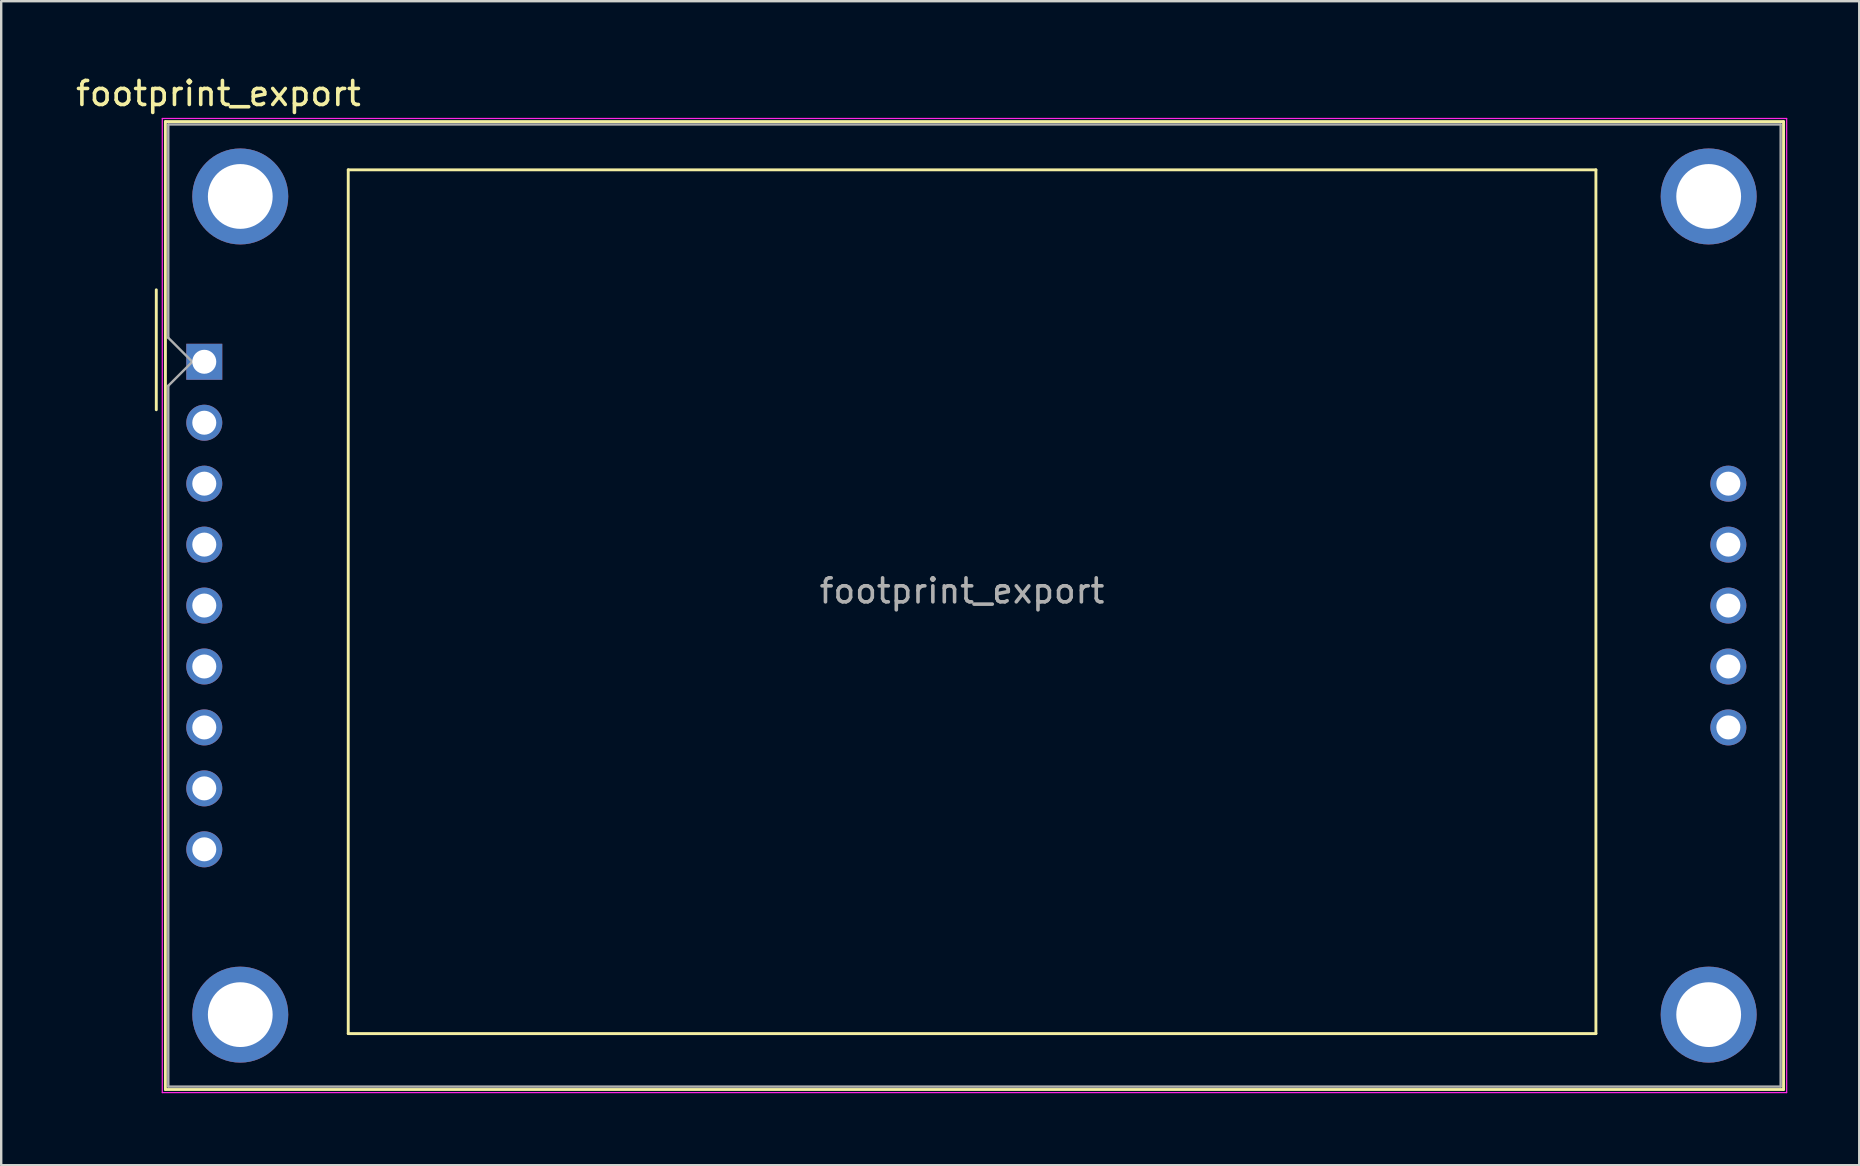
<source format=kicad_pcb>
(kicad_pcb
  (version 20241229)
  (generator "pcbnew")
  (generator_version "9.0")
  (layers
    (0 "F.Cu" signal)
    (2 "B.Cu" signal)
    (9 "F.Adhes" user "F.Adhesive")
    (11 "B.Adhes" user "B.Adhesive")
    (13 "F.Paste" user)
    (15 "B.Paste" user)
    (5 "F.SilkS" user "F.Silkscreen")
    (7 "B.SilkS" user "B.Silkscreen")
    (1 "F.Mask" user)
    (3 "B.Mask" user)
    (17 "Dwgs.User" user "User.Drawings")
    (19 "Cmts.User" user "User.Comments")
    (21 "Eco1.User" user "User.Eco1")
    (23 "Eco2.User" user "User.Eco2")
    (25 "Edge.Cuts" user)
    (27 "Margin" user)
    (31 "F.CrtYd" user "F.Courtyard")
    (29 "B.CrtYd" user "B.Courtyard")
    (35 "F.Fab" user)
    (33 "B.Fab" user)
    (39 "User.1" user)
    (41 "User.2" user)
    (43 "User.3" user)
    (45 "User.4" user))
  (footprint "footprint_export"
    (layer "F.Cu")
    (at 5.464 12.028)
    (property "Reference" "footprint_export" (at 0.59 -11.18 0) (layer "F.SilkS") (effects (font (size 1 1) (thickness 0.15))))
    (attr through_hole)
    (fp_line (start -2 -3) (end -2 2) (stroke (width 0.12) (type solid)) (layer "F.SilkS"))
    (fp_line (start -1.62 -10.01) (end 65.82 -10.01) (stroke (width 0.12) (type solid)) (layer "F.SilkS"))
    (fp_line (start -1.62 30.33) (end -1.62 -10.01) (stroke (width 0.12) (type solid)) (layer "F.SilkS"))
    (fp_line (start 6 -8) (end 58 -8) (stroke (width 0.12) (type solid)) (layer "F.SilkS"))
    (fp_line (start 6 28) (end 6 -8) (stroke (width 0.12) (type solid)) (layer "F.SilkS"))
    (fp_line (start 58 -8) (end 58 28) (stroke (width 0.12) (type solid)) (layer "F.SilkS"))
    (fp_line (start 58 28) (end 6 28) (stroke (width 0.12) (type solid)) (layer "F.SilkS"))
    (fp_line (start 65.82 -10.01) (end 65.82 30.33) (stroke (width 0.12) (type solid)) (layer "F.SilkS"))
    (fp_line (start 65.82 30.33) (end -1.62 30.33) (stroke (width 0.12) (type solid)) (layer "F.SilkS"))
    (fp_line (start -1.75 -10.14) (end 65.95 -10.14) (stroke (width 0.05) (type solid)) (layer "F.CrtYd"))
    (fp_line (start -1.75 30.46) (end -1.75 -10.14) (stroke (width 0.05) (type solid)) (layer "F.CrtYd"))
    (fp_line (start 65.95 -10.14) (end 65.95 30.46) (stroke (width 0.05) (type solid)) (layer "F.CrtYd"))
    (fp_line (start 65.95 30.46) (end -1.75 30.46) (stroke (width 0.05) (type solid)) (layer "F.CrtYd"))
    (fp_line (start -1.5 -9.89) (end 65.7 -9.89) (stroke (width 0.1) (type solid)) (layer "F.Fab"))
    (fp_line (start -1.5 -1) (end -1.5 -9.89) (stroke (width 0.1) (type solid)) (layer "F.Fab"))
    (fp_line (start -1.5 1) (end -0.5 0) (stroke (width 0.1) (type solid)) (layer "F.Fab"))
    (fp_line (start -1.5 30.21) (end -1.5 1) (stroke (width 0.1) (type solid)) (layer "F.Fab"))
    (fp_line (start -0.5 0) (end -1.5 -1) (stroke (width 0.1) (type solid)) (layer "F.Fab"))
    (fp_line (start 65.7 -9.89) (end 65.7 30.21) (stroke (width 0.1) (type solid)) (layer "F.Fab"))
    (fp_line (start 65.7 30.21) (end -1.5 30.21) (stroke (width 0.1) (type solid)) (layer "F.Fab"))
    (fp_text user "${REFERENCE}" (at 31.58 9.55 0) (layer "F.Fab") (effects (font (size 1 1) (thickness 0.15))))
    (pad "" thru_hole circle (at 1.5 -6.89) (size 4 4) (drill 2.7) (layers "*.Cu" "*.Mask"))
    (pad "" thru_hole circle (at 1.5 27.21) (size 4 4) (drill 2.7) (layers "*.Cu" "*.Mask"))
    (pad "" thru_hole circle (at 62.7 -6.89) (size 4 4) (drill 2.7) (layers "*.Cu" "*.Mask"))
    (pad "" thru_hole circle (at 62.7 27.21) (size 4 4) (drill 2.7) (layers "*.Cu" "*.Mask"))
    (pad "1" thru_hole rect (at 0 0) (size 1.5 1.5) (drill 1) (layers "*.Cu" "*.Mask"))
    (pad "2" thru_hole circle (at 0 2.54) (size 1.5 1.5) (drill 1) (layers "*.Cu" "*.Mask"))
    (pad "3" thru_hole circle (at 0 5.08) (size 1.5 1.5) (drill 1) (layers "*.Cu" "*.Mask"))
    (pad "4" thru_hole circle (at 0 7.62) (size 1.5 1.5) (drill 1) (layers "*.Cu" "*.Mask"))
    (pad "5" thru_hole circle (at 0 10.16) (size 1.5 1.5) (drill 1) (layers "*.Cu" "*.Mask"))
    (pad "6" thru_hole circle (at 0 12.7) (size 1.5 1.5) (drill 1) (layers "*.Cu" "*.Mask"))
    (pad "7" thru_hole circle (at 0 15.24) (size 1.5 1.5) (drill 1) (layers "*.Cu" "*.Mask"))
    (pad "8" thru_hole circle (at 0 17.78) (size 1.5 1.5) (drill 1) (layers "*.Cu" "*.Mask"))
    (pad "9" thru_hole circle (at 0 20.32) (size 1.5 1.5) (drill 1) (layers "*.Cu" "*.Mask"))
    (pad "10" thru_hole circle (at 63.52 5.08) (size 1.5 1.5) (drill 1) (layers "*.Cu" "*.Mask"))
    (pad "11" thru_hole circle (at 63.52 7.62) (size 1.5 1.5) (drill 1) (layers "*.Cu" "*.Mask"))
    (pad "12" thru_hole circle (at 63.52 10.16) (size 1.5 1.5) (drill 1) (layers "*.Cu" "*.Mask"))
    (pad "13" thru_hole circle (at 63.52 12.7) (size 1.5 1.5) (drill 1) (layers "*.Cu" "*.Mask"))
    (pad "14" thru_hole circle (at 63.52 15.24) (size 1.5 1.5) (drill 1) (layers "*.Cu" "*.Mask")))
  (gr_rect
    (start -3 -3)
    (end 74.439 45.513)
    (stroke (width 0.1) (type default))
    (fill no)
    (layer "Edge.Cuts")))
</source>
